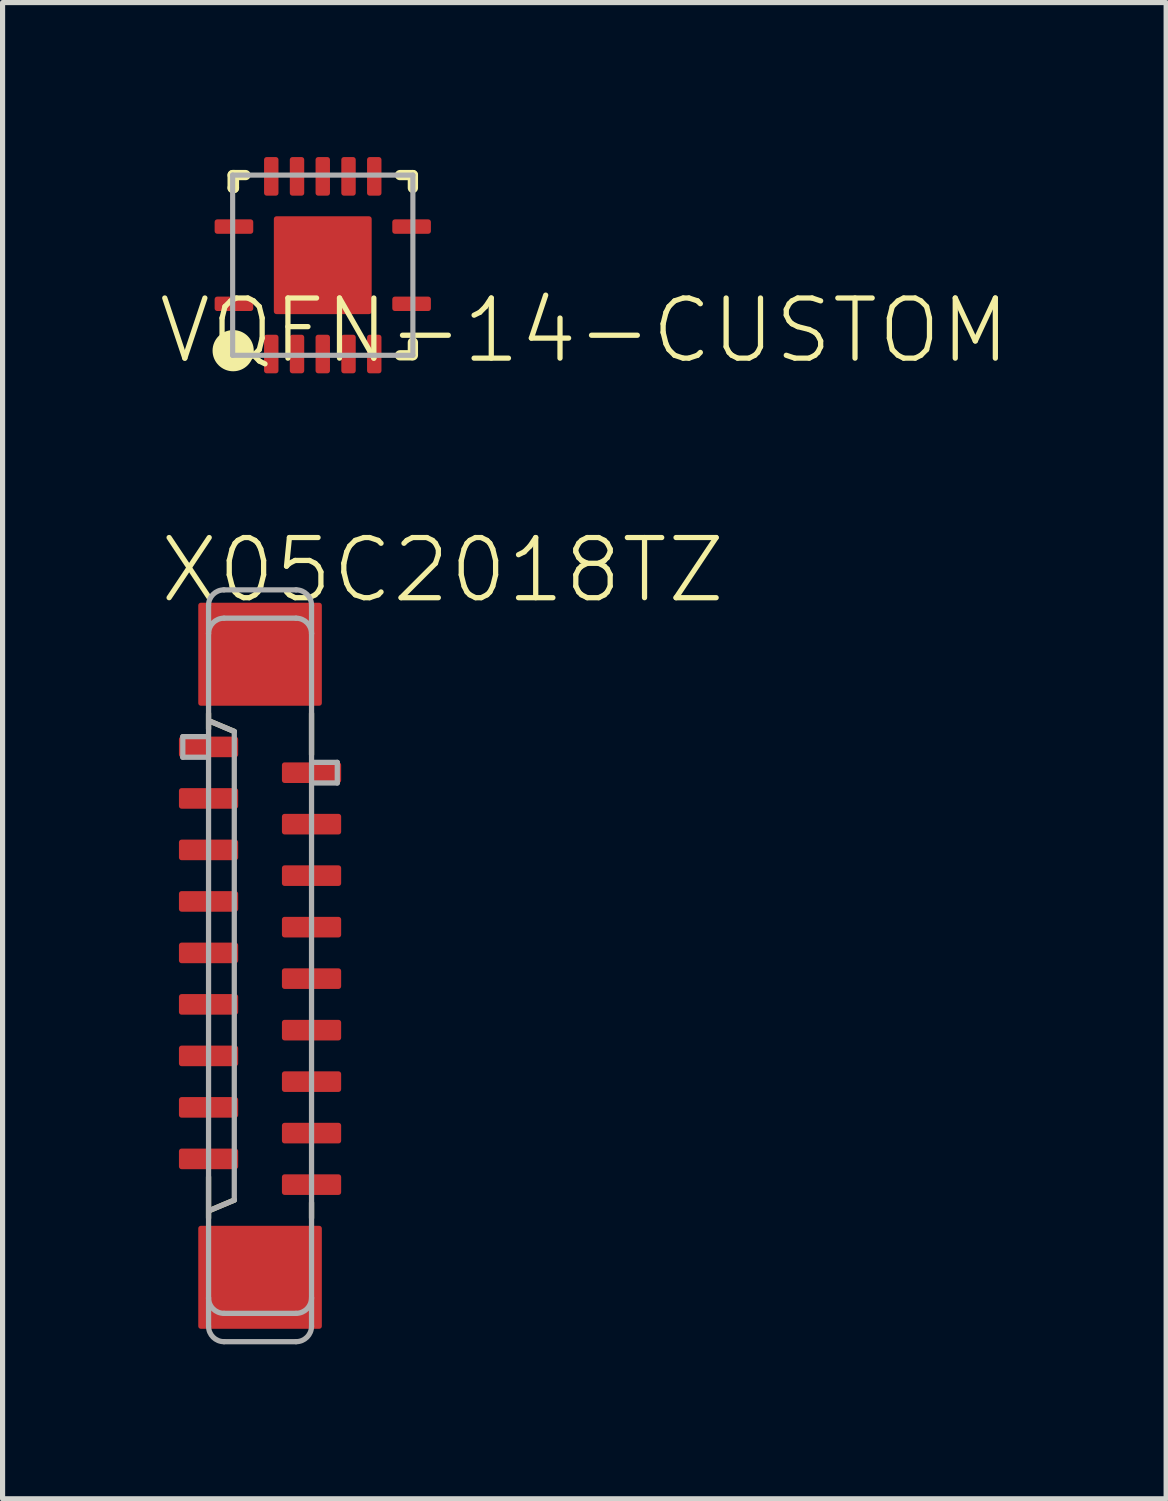
<source format=kicad_pcb>
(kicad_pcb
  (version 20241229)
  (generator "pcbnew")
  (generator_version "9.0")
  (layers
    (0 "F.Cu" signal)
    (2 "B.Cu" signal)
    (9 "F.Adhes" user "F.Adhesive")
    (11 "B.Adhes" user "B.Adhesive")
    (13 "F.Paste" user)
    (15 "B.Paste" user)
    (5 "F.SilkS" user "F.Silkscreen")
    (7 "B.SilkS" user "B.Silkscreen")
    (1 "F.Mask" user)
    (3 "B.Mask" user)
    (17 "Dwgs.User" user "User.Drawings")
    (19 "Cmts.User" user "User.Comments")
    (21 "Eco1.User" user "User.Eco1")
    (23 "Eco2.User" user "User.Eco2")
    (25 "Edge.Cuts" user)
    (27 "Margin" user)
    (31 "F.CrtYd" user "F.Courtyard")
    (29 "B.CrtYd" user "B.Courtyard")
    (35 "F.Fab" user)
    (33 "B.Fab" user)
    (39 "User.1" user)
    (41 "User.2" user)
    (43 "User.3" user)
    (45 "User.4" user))
  (footprint "X05C2018TZ"
    (layer "F.Cu")
    (at 2 15.705)
    (property "Reference" "X05C2018TZ" (at -2 -7 0) (layer "F.SilkS") (effects (font (size 1.168 1.168) (thickness 0.102)) (justify left bottom)))
    (fp_line (start -1 -4.6) (end -1 -4.9) (stroke (width 0.102) (type solid)) (layer "F.SilkS"))
    (fp_line (start -1 4.9) (end -1 4.1) (stroke (width 0.102) (type solid)) (layer "F.SilkS"))
    (fp_line (start -0.975 -4.75) (end -0.5 -4.55) (stroke (width 0.102) (type solid)) (layer "F.SilkS"))
    (fp_line (start -0.975 4.75) (end -0.5 4.55) (stroke (width 0.102) (type solid)) (layer "F.SilkS"))
    (fp_line (start 1 -4.1) (end 1 -4.9) (stroke (width 0.102) (type solid)) (layer "F.SilkS"))
    (fp_line (start 1 4.9) (end 1 4.6) (stroke (width 0.102) (type solid)) (layer "F.SilkS"))
    (fp_line (start -1.5 -4.45) (end -1.05 -4.45) (stroke (width 0.102) (type solid)) (layer "F.Fab"))
    (fp_line (start -1.5 -4.05) (end -1.5 -4.45) (stroke (width 0.102) (type solid)) (layer "F.Fab"))
    (fp_line (start -1.05 -4.05) (end -1.5 -4.05) (stroke (width 0.102) (type solid)) (layer "F.Fab"))
    (fp_line (start -1 -7) (end -1 -6.45) (stroke (width 0.102) (type solid)) (layer "F.Fab"))
    (fp_line (start -1 -6.45) (end -1 6.45) (stroke (width 0.102) (type solid)) (layer "F.Fab"))
    (fp_line (start -1 7) (end -1 6.45) (stroke (width 0.102) (type solid)) (layer "F.Fab"))
    (fp_line (start -0.975 -4.75) (end -0.5 -4.55) (stroke (width 0.102) (type solid)) (layer "F.Fab"))
    (fp_line (start -0.7 6.75) (end 0.7 6.75) (stroke (width 0.102) (type solid)) (layer "F.Fab"))
    (fp_line (start -0.7 7.3) (end 0.7 7.3) (stroke (width 0.102) (type solid)) (layer "F.Fab"))
    (fp_line (start -0.5 -4.55) (end -0.5 4.55) (stroke (width 0.102) (type solid)) (layer "F.Fab"))
    (fp_line (start -0.5 4.55) (end -0.975 4.75) (stroke (width 0.102) (type solid)) (layer "F.Fab"))
    (fp_line (start 0.7 -7.3) (end -0.7 -7.3) (stroke (width 0.102) (type solid)) (layer "F.Fab"))
    (fp_line (start 0.7 -6.75) (end -0.7 -6.75) (stroke (width 0.102) (type solid)) (layer "F.Fab"))
    (fp_line (start 1 -7) (end 1 -6.45) (stroke (width 0.102) (type solid)) (layer "F.Fab"))
    (fp_line (start 1 6.45) (end 1 -6.45) (stroke (width 0.102) (type solid)) (layer "F.Fab"))
    (fp_line (start 1 7) (end 1 6.45) (stroke (width 0.102) (type solid)) (layer "F.Fab"))
    (fp_line (start 1.05 -3.95) (end 1.5 -3.95) (stroke (width 0.102) (type solid)) (layer "F.Fab"))
    (fp_line (start 1.5 -3.95) (end 1.5 -3.55) (stroke (width 0.102) (type solid)) (layer "F.Fab"))
    (fp_line (start 1.5 -3.55) (end 1.05 -3.55) (stroke (width 0.102) (type solid)) (layer "F.Fab"))
    (fp_arc (start -1 -7) (mid -0.912132 -7.212132) (end -0.7 -7.3) (stroke (width 0.1016) (type solid)) (layer "F.Fab"))
    (fp_arc (start -1 -6.45) (mid -0.912132 -6.662132) (end -0.7 -6.75) (stroke (width 0.1016) (type solid)) (layer "F.Fab"))
    (fp_arc (start -0.7 6.75) (mid -0.912132 6.662132) (end -1 6.45) (stroke (width 0.1016) (type solid)) (layer "F.Fab"))
    (fp_arc (start -0.7 7.3) (mid -0.912132 7.212132) (end -1 7) (stroke (width 0.1016) (type solid)) (layer "F.Fab"))
    (fp_arc (start 0.7 -7.3) (mid 0.912132 -7.212132) (end 1 -7) (stroke (width 0.1016) (type solid)) (layer "F.Fab"))
    (fp_arc (start 0.7 -6.75) (mid 0.912132 -6.662132) (end 1 -6.45) (stroke (width 0.1016) (type solid)) (layer "F.Fab"))
    (fp_arc (start 1 6.45) (mid 0.912132 6.662132) (end 0.7 6.75) (stroke (width 0.1016) (type solid)) (layer "F.Fab"))
    (fp_arc (start 1 7) (mid 0.912132 7.212132) (end 0.7 7.3) (stroke (width 0.1016) (type solid)) (layer "F.Fab"))
    (pad "1" smd roundrect (at -1 -4.25 270) (size 0.4 1.15) (layers "F.Cu" "F.Mask" "F.Paste") (roundrect_rratio 0.127))
    (pad "2" smd roundrect (at 1 -3.75 90) (size 0.4 1.15) (layers "F.Cu" "F.Mask" "F.Paste") (roundrect_rratio 0.127))
    (pad "3" smd roundrect (at -1 -3.25 270) (size 0.4 1.15) (layers "F.Cu" "F.Mask" "F.Paste") (roundrect_rratio 0.127))
    (pad "4" smd roundrect (at 1 -2.75 90) (size 0.4 1.15) (layers "F.Cu" "F.Mask" "F.Paste") (roundrect_rratio 0.127))
    (pad "5" smd roundrect (at -1 -2.25 270) (size 0.4 1.15) (layers "F.Cu" "F.Mask" "F.Paste") (roundrect_rratio 0.127))
    (pad "6" smd roundrect (at 1 -1.75 90) (size 0.4 1.15) (layers "F.Cu" "F.Mask" "F.Paste") (roundrect_rratio 0.127))
    (pad "7" smd roundrect (at -1 -1.25 270) (size 0.4 1.15) (layers "F.Cu" "F.Mask" "F.Paste") (roundrect_rratio 0.127))
    (pad "8" smd roundrect (at 1 -0.75 90) (size 0.4 1.15) (layers "F.Cu" "F.Mask" "F.Paste") (roundrect_rratio 0.127))
    (pad "9" smd roundrect (at -1 -0.25 270) (size 0.4 1.15) (layers "F.Cu" "F.Mask" "F.Paste") (roundrect_rratio 0.127))
    (pad "10" smd roundrect (at 1 0.25 90) (size 0.4 1.15) (layers "F.Cu" "F.Mask" "F.Paste") (roundrect_rratio 0.127))
    (pad "11" smd roundrect (at -1 0.75 270) (size 0.4 1.15) (layers "F.Cu" "F.Mask" "F.Paste") (roundrect_rratio 0.127))
    (pad "12" smd roundrect (at 1 1.25 90) (size 0.4 1.15) (layers "F.Cu" "F.Mask" "F.Paste") (roundrect_rratio 0.127))
    (pad "13" smd roundrect (at -1 1.75 270) (size 0.4 1.15) (layers "F.Cu" "F.Mask" "F.Paste") (roundrect_rratio 0.127))
    (pad "14" smd roundrect (at 1 2.25 90) (size 0.4 1.15) (layers "F.Cu" "F.Mask" "F.Paste") (roundrect_rratio 0.127))
    (pad "15" smd roundrect (at -1 2.75 270) (size 0.4 1.15) (layers "F.Cu" "F.Mask" "F.Paste") (roundrect_rratio 0.127))
    (pad "16" smd roundrect (at 1 3.25 90) (size 0.4 1.15) (layers "F.Cu" "F.Mask" "F.Paste") (roundrect_rratio 0.127))
    (pad "17" smd roundrect (at -1 3.75 270) (size 0.4 1.15) (layers "F.Cu" "F.Mask" "F.Paste") (roundrect_rratio 0.127))
    (pad "18" smd roundrect (at 1 4.25 90) (size 0.4 1.15) (layers "F.Cu" "F.Mask" "F.Paste") (roundrect_rratio 0.127))
    (pad "M1" smd roundrect (at 0 -6.05 270) (size 2 2.4) (layers "F.Cu" "F.Mask" "F.Paste") (roundrect_rratio 0.025))
    (pad "M2" smd roundrect (at 0 6.05 270) (size 2 2.4) (layers "F.Cu" "F.Mask" "F.Paste") (roundrect_rratio 0.025)))
  (footprint "VQFN-14-CUSTOM"
    (layer "F.Cu")
    (at 3.218 2.1)
    (property "Reference" "VQFN-14-CUSTOM" (at 5.08 1.27 0) (layer "F.SilkS") (effects (font (size 1.168 1.168) (thickness 0.102))))
    (fp_line (start -1.75 -1.75) (end -1.725 -1.75) (stroke (width 0.2) (type solid)) (layer "F.SilkS"))
    (fp_line (start -1.75 -1.5) (end -1.75 -1.75) (stroke (width 0.2) (type solid)) (layer "F.SilkS"))
    (fp_line (start -1.75 1.725) (end -1.5 1.725) (stroke (width 0.2) (type solid)) (layer "F.SilkS"))
    (fp_line (start -1.75 1.75) (end -1.75 1.725) (stroke (width 0.2) (type solid)) (layer "F.SilkS"))
    (fp_line (start -1.725 -1.75) (end -1.725 -1.5) (stroke (width 0.2) (type solid)) (layer "F.SilkS"))
    (fp_line (start -1.725 -1.75) (end -1.5 -1.75) (stroke (width 0.2) (type solid)) (layer "F.SilkS"))
    (fp_line (start -1.725 -1.5) (end -1.75 -1.5) (stroke (width 0.2) (type solid)) (layer "F.SilkS"))
    (fp_line (start -1.5 1.725) (end -1.5 1.75) (stroke (width 0.2) (type solid)) (layer "F.SilkS"))
    (fp_line (start 1.725 1.75) (end 1.5 1.75) (stroke (width 0.2) (type solid)) (layer "F.SilkS"))
    (fp_line (start 1.75 -1.75) (end 1.5 -1.75) (stroke (width 0.2) (type solid)) (layer "F.SilkS"))
    (fp_line (start 1.75 -1.5) (end 1.75 -1.75) (stroke (width 0.2) (type solid)) (layer "F.SilkS"))
    (fp_line (start 1.75 1.5) (end 1.75 1.75) (stroke (width 0.2) (type solid)) (layer "F.SilkS"))
    (fp_circle (center -1.74 1.66) (end -1.54 1.66) (stroke (width 0.4) (type solid)) (fill yes) (layer "F.SilkS"))
    (fp_line (start -1.75 -1.75) (end -1.75 1.75) (stroke (width 0.1) (type solid)) (layer "F.Fab"))
    (fp_line (start -1.75 1.75) (end 1.75 1.75) (stroke (width 0.1) (type solid)) (layer "F.Fab"))
    (fp_line (start 1.75 -1.75) (end -1.75 -1.75) (stroke (width 0.1) (type solid)) (layer "F.Fab"))
    (fp_line (start 1.75 1.75) (end 1.75 -1.75) (stroke (width 0.1) (type solid)) (layer "F.Fab"))
    (pad "1" smd roundrect (at -1.725 0.75) (size 0.75 0.28) (layers "F.Cu" "F.Mask" "F.Paste") (roundrect_rratio 0.181))
    (pad "2" smd roundrect (at -1 1.725 90) (size 0.75 0.28) (layers "F.Cu" "F.Mask" "F.Paste") (roundrect_rratio 0.181))
    (pad "3" smd roundrect (at -0.5 1.725 90) (size 0.75 0.28) (layers "F.Cu" "F.Mask" "F.Paste") (roundrect_rratio 0.181))
    (pad "4" smd roundrect (at 0 1.725 90) (size 0.75 0.28) (layers "F.Cu" "F.Mask" "F.Paste") (roundrect_rratio 0.181))
    (pad "5" smd roundrect (at 0.5 1.725 90) (size 0.75 0.28) (layers "F.Cu" "F.Mask" "F.Paste") (roundrect_rratio 0.181))
    (pad "6" smd roundrect (at 1 1.725 90) (size 0.75 0.28) (layers "F.Cu" "F.Mask" "F.Paste") (roundrect_rratio 0.181))
    (pad "7" smd roundrect (at 1.725 0.75) (size 0.75 0.28) (layers "F.Cu" "F.Mask" "F.Paste") (roundrect_rratio 0.181))
    (pad "8" smd roundrect (at 1.725 -0.75) (size 0.75 0.28) (layers "F.Cu" "F.Mask" "F.Paste") (roundrect_rratio 0.181))
    (pad "9" smd roundrect (at 1 -1.725 90) (size 0.75 0.28) (layers "F.Cu" "F.Mask" "F.Paste") (roundrect_rratio 0.181))
    (pad "10" smd roundrect (at 0.5 -1.725 90) (size 0.75 0.28) (layers "F.Cu" "F.Mask" "F.Paste") (roundrect_rratio 0.181))
    (pad "11" smd roundrect (at 0 -1.725 90) (size 0.75 0.28) (layers "F.Cu" "F.Mask" "F.Paste") (roundrect_rratio 0.181))
    (pad "12" smd roundrect (at -0.5 -1.725 90) (size 0.75 0.28) (layers "F.Cu" "F.Mask" "F.Paste") (roundrect_rratio 0.181))
    (pad "13" smd roundrect (at -1 -1.725 90) (size 0.75 0.28) (layers "F.Cu" "F.Mask" "F.Paste") (roundrect_rratio 0.181))
    (pad "14" smd roundrect (at -1.725 -0.75) (size 0.75 0.28) (layers "F.Cu" "F.Mask" "F.Paste") (roundrect_rratio 0.181))
    (pad "15" smd roundrect (at 0 0) (size 1.9 1.9) (layers "F.Cu" "F.Mask" "F.Paste") (roundrect_rratio 0.027)))
  (gr_rect
    (start -3 -3)
    (end 19.596 26.056)
    (stroke (width 0.1) (type default))
    (fill no)
    (layer "Edge.Cuts")))
</source>
